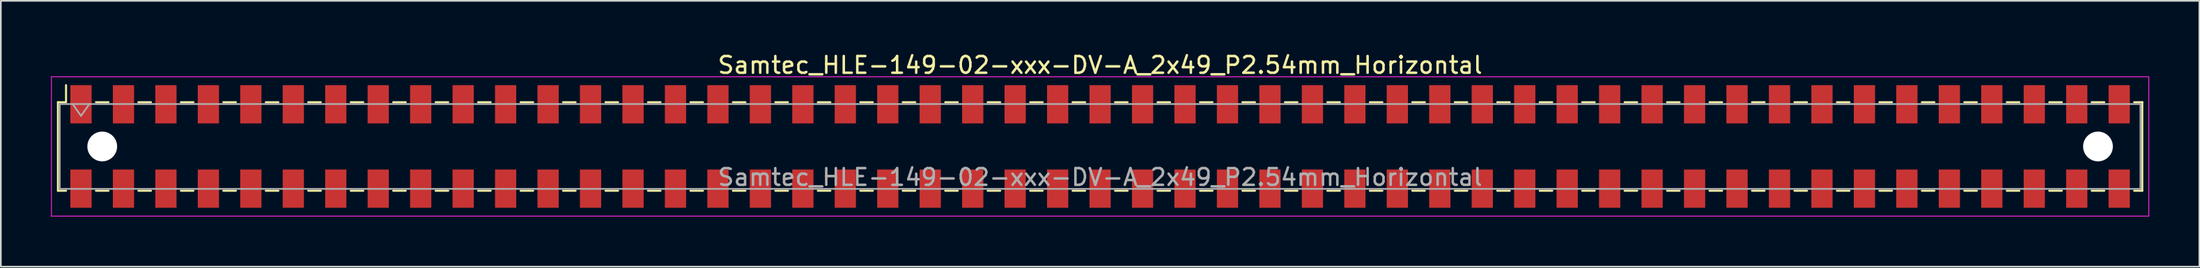
<source format=kicad_pcb>
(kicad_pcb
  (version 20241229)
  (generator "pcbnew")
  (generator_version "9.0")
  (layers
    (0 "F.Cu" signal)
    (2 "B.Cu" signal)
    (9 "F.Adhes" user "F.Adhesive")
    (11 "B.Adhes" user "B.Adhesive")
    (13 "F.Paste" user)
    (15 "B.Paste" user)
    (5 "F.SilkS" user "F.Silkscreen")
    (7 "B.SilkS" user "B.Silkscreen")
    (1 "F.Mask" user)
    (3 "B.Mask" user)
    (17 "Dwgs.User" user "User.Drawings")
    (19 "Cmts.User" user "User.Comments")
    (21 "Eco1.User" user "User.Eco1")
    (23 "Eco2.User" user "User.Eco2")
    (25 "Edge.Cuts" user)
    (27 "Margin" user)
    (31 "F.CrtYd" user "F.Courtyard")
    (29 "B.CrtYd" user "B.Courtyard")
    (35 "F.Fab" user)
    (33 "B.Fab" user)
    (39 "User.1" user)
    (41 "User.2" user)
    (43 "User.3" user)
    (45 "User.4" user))
  (footprint "Samtec_HLE-149-02-xxx-DV-A_2x49_P2.54mm_Horizontal"
    (layer "F.Cu")
    (at 62.755 5.718)
    (property "Reference" "Samtec_HLE-149-02-xxx-DV-A_2x49_P2.54mm_Horizontal" (at 0 -4.87 0) (layer "F.SilkS") (effects (font (size 1 1) (thickness 0.15))))
    (attr smd)
    (fp_line (start -62.34 -2.65) (end -62.34 2.65) (stroke (width 0.12) (type solid)) (layer "F.SilkS"))
    (fp_line (start -62.34 2.65) (end -61.855 2.65) (stroke (width 0.12) (type solid)) (layer "F.SilkS"))
    (fp_line (start -61.855 -3.67) (end -61.855 -2.65) (stroke (width 0.12) (type solid)) (layer "F.SilkS"))
    (fp_line (start -61.855 -2.65) (end -62.34 -2.65) (stroke (width 0.12) (type solid)) (layer "F.SilkS"))
    (fp_line (start -60.065 -2.65) (end -59.315 -2.65) (stroke (width 0.12) (type solid)) (layer "F.SilkS"))
    (fp_line (start -60.065 2.65) (end -59.315 2.65) (stroke (width 0.12) (type solid)) (layer "F.SilkS"))
    (fp_line (start -57.525 -2.65) (end -56.775 -2.65) (stroke (width 0.12) (type solid)) (layer "F.SilkS"))
    (fp_line (start -57.525 2.65) (end -56.775 2.65) (stroke (width 0.12) (type solid)) (layer "F.SilkS"))
    (fp_line (start -54.985 -2.65) (end -54.235 -2.65) (stroke (width 0.12) (type solid)) (layer "F.SilkS"))
    (fp_line (start -54.985 2.65) (end -54.235 2.65) (stroke (width 0.12) (type solid)) (layer "F.SilkS"))
    (fp_line (start -52.445 -2.65) (end -51.695 -2.65) (stroke (width 0.12) (type solid)) (layer "F.SilkS"))
    (fp_line (start -52.445 2.65) (end -51.695 2.65) (stroke (width 0.12) (type solid)) (layer "F.SilkS"))
    (fp_line (start -49.905 -2.65) (end -49.155 -2.65) (stroke (width 0.12) (type solid)) (layer "F.SilkS"))
    (fp_line (start -49.905 2.65) (end -49.155 2.65) (stroke (width 0.12) (type solid)) (layer "F.SilkS"))
    (fp_line (start -47.365 -2.65) (end -46.615 -2.65) (stroke (width 0.12) (type solid)) (layer "F.SilkS"))
    (fp_line (start -47.365 2.65) (end -46.615 2.65) (stroke (width 0.12) (type solid)) (layer "F.SilkS"))
    (fp_line (start -44.825 -2.65) (end -44.075 -2.65) (stroke (width 0.12) (type solid)) (layer "F.SilkS"))
    (fp_line (start -44.825 2.65) (end -44.075 2.65) (stroke (width 0.12) (type solid)) (layer "F.SilkS"))
    (fp_line (start -42.285 -2.65) (end -41.535 -2.65) (stroke (width 0.12) (type solid)) (layer "F.SilkS"))
    (fp_line (start -42.285 2.65) (end -41.535 2.65) (stroke (width 0.12) (type solid)) (layer "F.SilkS"))
    (fp_line (start -39.745 -2.65) (end -38.995 -2.65) (stroke (width 0.12) (type solid)) (layer "F.SilkS"))
    (fp_line (start -39.745 2.65) (end -38.995 2.65) (stroke (width 0.12) (type solid)) (layer "F.SilkS"))
    (fp_line (start -37.205 -2.65) (end -36.455 -2.65) (stroke (width 0.12) (type solid)) (layer "F.SilkS"))
    (fp_line (start -37.205 2.65) (end -36.455 2.65) (stroke (width 0.12) (type solid)) (layer "F.SilkS"))
    (fp_line (start -34.665 -2.65) (end -33.915 -2.65) (stroke (width 0.12) (type solid)) (layer "F.SilkS"))
    (fp_line (start -34.665 2.65) (end -33.915 2.65) (stroke (width 0.12) (type solid)) (layer "F.SilkS"))
    (fp_line (start -32.125 -2.65) (end -31.375 -2.65) (stroke (width 0.12) (type solid)) (layer "F.SilkS"))
    (fp_line (start -32.125 2.65) (end -31.375 2.65) (stroke (width 0.12) (type solid)) (layer "F.SilkS"))
    (fp_line (start -29.585 -2.65) (end -28.835 -2.65) (stroke (width 0.12) (type solid)) (layer "F.SilkS"))
    (fp_line (start -29.585 2.65) (end -28.835 2.65) (stroke (width 0.12) (type solid)) (layer "F.SilkS"))
    (fp_line (start -27.045 -2.65) (end -26.295 -2.65) (stroke (width 0.12) (type solid)) (layer "F.SilkS"))
    (fp_line (start -27.045 2.65) (end -26.295 2.65) (stroke (width 0.12) (type solid)) (layer "F.SilkS"))
    (fp_line (start -24.505 -2.65) (end -23.755 -2.65) (stroke (width 0.12) (type solid)) (layer "F.SilkS"))
    (fp_line (start -24.505 2.65) (end -23.755 2.65) (stroke (width 0.12) (type solid)) (layer "F.SilkS"))
    (fp_line (start -21.965 -2.65) (end -21.215 -2.65) (stroke (width 0.12) (type solid)) (layer "F.SilkS"))
    (fp_line (start -21.965 2.65) (end -21.215 2.65) (stroke (width 0.12) (type solid)) (layer "F.SilkS"))
    (fp_line (start -19.425 -2.65) (end -18.675 -2.65) (stroke (width 0.12) (type solid)) (layer "F.SilkS"))
    (fp_line (start -19.425 2.65) (end -18.675 2.65) (stroke (width 0.12) (type solid)) (layer "F.SilkS"))
    (fp_line (start -16.885 -2.65) (end -16.135 -2.65) (stroke (width 0.12) (type solid)) (layer "F.SilkS"))
    (fp_line (start -16.885 2.65) (end -16.135 2.65) (stroke (width 0.12) (type solid)) (layer "F.SilkS"))
    (fp_line (start -14.345 -2.65) (end -13.595 -2.65) (stroke (width 0.12) (type solid)) (layer "F.SilkS"))
    (fp_line (start -14.345 2.65) (end -13.595 2.65) (stroke (width 0.12) (type solid)) (layer "F.SilkS"))
    (fp_line (start -11.805 -2.65) (end -11.055 -2.65) (stroke (width 0.12) (type solid)) (layer "F.SilkS"))
    (fp_line (start -11.805 2.65) (end -11.055 2.65) (stroke (width 0.12) (type solid)) (layer "F.SilkS"))
    (fp_line (start -9.265 -2.65) (end -8.515 -2.65) (stroke (width 0.12) (type solid)) (layer "F.SilkS"))
    (fp_line (start -9.265 2.65) (end -8.515 2.65) (stroke (width 0.12) (type solid)) (layer "F.SilkS"))
    (fp_line (start -6.725 -2.65) (end -5.975 -2.65) (stroke (width 0.12) (type solid)) (layer "F.SilkS"))
    (fp_line (start -6.725 2.65) (end -5.975 2.65) (stroke (width 0.12) (type solid)) (layer "F.SilkS"))
    (fp_line (start -4.185 -2.65) (end -3.435 -2.65) (stroke (width 0.12) (type solid)) (layer "F.SilkS"))
    (fp_line (start -4.185 2.65) (end -3.435 2.65) (stroke (width 0.12) (type solid)) (layer "F.SilkS"))
    (fp_line (start -1.645 -2.65) (end -0.895 -2.65) (stroke (width 0.12) (type solid)) (layer "F.SilkS"))
    (fp_line (start -1.645 2.65) (end -0.895 2.65) (stroke (width 0.12) (type solid)) (layer "F.SilkS"))
    (fp_line (start 0.895 -2.65) (end 1.645 -2.65) (stroke (width 0.12) (type solid)) (layer "F.SilkS"))
    (fp_line (start 0.895 2.65) (end 1.645 2.65) (stroke (width 0.12) (type solid)) (layer "F.SilkS"))
    (fp_line (start 3.435 -2.65) (end 4.185 -2.65) (stroke (width 0.12) (type solid)) (layer "F.SilkS"))
    (fp_line (start 3.435 2.65) (end 4.185 2.65) (stroke (width 0.12) (type solid)) (layer "F.SilkS"))
    (fp_line (start 5.975 -2.65) (end 6.725 -2.65) (stroke (width 0.12) (type solid)) (layer "F.SilkS"))
    (fp_line (start 5.975 2.65) (end 6.725 2.65) (stroke (width 0.12) (type solid)) (layer "F.SilkS"))
    (fp_line (start 8.515 -2.65) (end 9.265 -2.65) (stroke (width 0.12) (type solid)) (layer "F.SilkS"))
    (fp_line (start 8.515 2.65) (end 9.265 2.65) (stroke (width 0.12) (type solid)) (layer "F.SilkS"))
    (fp_line (start 11.055 -2.65) (end 11.805 -2.65) (stroke (width 0.12) (type solid)) (layer "F.SilkS"))
    (fp_line (start 11.055 2.65) (end 11.805 2.65) (stroke (width 0.12) (type solid)) (layer "F.SilkS"))
    (fp_line (start 13.595 -2.65) (end 14.345 -2.65) (stroke (width 0.12) (type solid)) (layer "F.SilkS"))
    (fp_line (start 13.595 2.65) (end 14.345 2.65) (stroke (width 0.12) (type solid)) (layer "F.SilkS"))
    (fp_line (start 16.135 -2.65) (end 16.885 -2.65) (stroke (width 0.12) (type solid)) (layer "F.SilkS"))
    (fp_line (start 16.135 2.65) (end 16.885 2.65) (stroke (width 0.12) (type solid)) (layer "F.SilkS"))
    (fp_line (start 18.675 -2.65) (end 19.425 -2.65) (stroke (width 0.12) (type solid)) (layer "F.SilkS"))
    (fp_line (start 18.675 2.65) (end 19.425 2.65) (stroke (width 0.12) (type solid)) (layer "F.SilkS"))
    (fp_line (start 21.215 -2.65) (end 21.965 -2.65) (stroke (width 0.12) (type solid)) (layer "F.SilkS"))
    (fp_line (start 21.215 2.65) (end 21.965 2.65) (stroke (width 0.12) (type solid)) (layer "F.SilkS"))
    (fp_line (start 23.755 -2.65) (end 24.505 -2.65) (stroke (width 0.12) (type solid)) (layer "F.SilkS"))
    (fp_line (start 23.755 2.65) (end 24.505 2.65) (stroke (width 0.12) (type solid)) (layer "F.SilkS"))
    (fp_line (start 26.295 -2.65) (end 27.045 -2.65) (stroke (width 0.12) (type solid)) (layer "F.SilkS"))
    (fp_line (start 26.295 2.65) (end 27.045 2.65) (stroke (width 0.12) (type solid)) (layer "F.SilkS"))
    (fp_line (start 28.835 -2.65) (end 29.585 -2.65) (stroke (width 0.12) (type solid)) (layer "F.SilkS"))
    (fp_line (start 28.835 2.65) (end 29.585 2.65) (stroke (width 0.12) (type solid)) (layer "F.SilkS"))
    (fp_line (start 31.375 -2.65) (end 32.125 -2.65) (stroke (width 0.12) (type solid)) (layer "F.SilkS"))
    (fp_line (start 31.375 2.65) (end 32.125 2.65) (stroke (width 0.12) (type solid)) (layer "F.SilkS"))
    (fp_line (start 33.915 -2.65) (end 34.665 -2.65) (stroke (width 0.12) (type solid)) (layer "F.SilkS"))
    (fp_line (start 33.915 2.65) (end 34.665 2.65) (stroke (width 0.12) (type solid)) (layer "F.SilkS"))
    (fp_line (start 36.455 -2.65) (end 37.205 -2.65) (stroke (width 0.12) (type solid)) (layer "F.SilkS"))
    (fp_line (start 36.455 2.65) (end 37.205 2.65) (stroke (width 0.12) (type solid)) (layer "F.SilkS"))
    (fp_line (start 38.995 -2.65) (end 39.745 -2.65) (stroke (width 0.12) (type solid)) (layer "F.SilkS"))
    (fp_line (start 38.995 2.65) (end 39.745 2.65) (stroke (width 0.12) (type solid)) (layer "F.SilkS"))
    (fp_line (start 41.535 -2.65) (end 42.285 -2.65) (stroke (width 0.12) (type solid)) (layer "F.SilkS"))
    (fp_line (start 41.535 2.65) (end 42.285 2.65) (stroke (width 0.12) (type solid)) (layer "F.SilkS"))
    (fp_line (start 44.075 -2.65) (end 44.825 -2.65) (stroke (width 0.12) (type solid)) (layer "F.SilkS"))
    (fp_line (start 44.075 2.65) (end 44.825 2.65) (stroke (width 0.12) (type solid)) (layer "F.SilkS"))
    (fp_line (start 46.615 -2.65) (end 47.365 -2.65) (stroke (width 0.12) (type solid)) (layer "F.SilkS"))
    (fp_line (start 46.615 2.65) (end 47.365 2.65) (stroke (width 0.12) (type solid)) (layer "F.SilkS"))
    (fp_line (start 49.155 -2.65) (end 49.905 -2.65) (stroke (width 0.12) (type solid)) (layer "F.SilkS"))
    (fp_line (start 49.155 2.65) (end 49.905 2.65) (stroke (width 0.12) (type solid)) (layer "F.SilkS"))
    (fp_line (start 51.695 -2.65) (end 52.445 -2.65) (stroke (width 0.12) (type solid)) (layer "F.SilkS"))
    (fp_line (start 51.695 2.65) (end 52.445 2.65) (stroke (width 0.12) (type solid)) (layer "F.SilkS"))
    (fp_line (start 54.235 -2.65) (end 54.985 -2.65) (stroke (width 0.12) (type solid)) (layer "F.SilkS"))
    (fp_line (start 54.235 2.65) (end 54.985 2.65) (stroke (width 0.12) (type solid)) (layer "F.SilkS"))
    (fp_line (start 56.775 -2.65) (end 57.525 -2.65) (stroke (width 0.12) (type solid)) (layer "F.SilkS"))
    (fp_line (start 56.775 2.65) (end 57.525 2.65) (stroke (width 0.12) (type solid)) (layer "F.SilkS"))
    (fp_line (start 59.315 -2.65) (end 60.065 -2.65) (stroke (width 0.12) (type solid)) (layer "F.SilkS"))
    (fp_line (start 59.315 2.65) (end 60.065 2.65) (stroke (width 0.12) (type solid)) (layer "F.SilkS"))
    (fp_line (start 61.855 -2.65) (end 62.34 -2.65) (stroke (width 0.12) (type solid)) (layer "F.SilkS"))
    (fp_line (start 62.34 -2.65) (end 62.34 2.65) (stroke (width 0.12) (type solid)) (layer "F.SilkS"))
    (fp_line (start 62.34 2.65) (end 61.855 2.65) (stroke (width 0.12) (type solid)) (layer "F.SilkS"))
    (fp_line (start -62.73 -4.17) (end 62.73 -4.17) (stroke (width 0.05) (type solid)) (layer "F.CrtYd"))
    (fp_line (start -62.73 4.17) (end -62.73 -4.17) (stroke (width 0.05) (type solid)) (layer "F.CrtYd"))
    (fp_line (start 62.73 -4.17) (end 62.73 4.17) (stroke (width 0.05) (type solid)) (layer "F.CrtYd"))
    (fp_line (start 62.73 4.17) (end -62.73 4.17) (stroke (width 0.05) (type solid)) (layer "F.CrtYd"))
    (fp_line (start -62.23 -2.54) (end 62.23 -2.54) (stroke (width 0.1) (type solid)) (layer "F.Fab"))
    (fp_line (start -62.23 2.54) (end -62.23 -2.54) (stroke (width 0.1) (type solid)) (layer "F.Fab"))
    (fp_line (start -61.46 -2.54) (end -60.96 -1.833) (stroke (width 0.1) (type solid)) (layer "F.Fab"))
    (fp_line (start -60.96 -1.833) (end -60.46 -2.54) (stroke (width 0.1) (type solid)) (layer "F.Fab"))
    (fp_line (start 62.23 -2.54) (end 62.23 2.54) (stroke (width 0.1) (type solid)) (layer "F.Fab"))
    (fp_line (start 62.23 2.54) (end -62.23 2.54) (stroke (width 0.1) (type solid)) (layer "F.Fab"))
    (fp_text user "${REFERENCE}" (at 0 1.84 0) (layer "F.Fab") (effects (font (size 1 1) (thickness 0.15))))
    (pad "" np_thru_hole circle (at -59.69 0) (size 1.78 1.78) (drill 1.78) (layers "*.Cu" "*.Mask"))
    (pad "" np_thru_hole circle (at 59.69 0) (size 1.78 1.78) (drill 1.78) (layers "*.Cu" "*.Mask"))
    (pad "1" smd rect (at -60.96 -2.525) (size 1.27 2.29) (layers "F.Cu" "F.Mask" "F.Paste"))
    (pad "2" smd rect (at -60.96 2.525) (size 1.27 2.29) (layers "F.Cu" "F.Mask" "F.Paste"))
    (pad "3" smd rect (at -58.42 -2.525) (size 1.27 2.29) (layers "F.Cu" "F.Mask" "F.Paste"))
    (pad "4" smd rect (at -58.42 2.525) (size 1.27 2.29) (layers "F.Cu" "F.Mask" "F.Paste"))
    (pad "5" smd rect (at -55.88 -2.525) (size 1.27 2.29) (layers "F.Cu" "F.Mask" "F.Paste"))
    (pad "6" smd rect (at -55.88 2.525) (size 1.27 2.29) (layers "F.Cu" "F.Mask" "F.Paste"))
    (pad "7" smd rect (at -53.34 -2.525) (size 1.27 2.29) (layers "F.Cu" "F.Mask" "F.Paste"))
    (pad "8" smd rect (at -53.34 2.525) (size 1.27 2.29) (layers "F.Cu" "F.Mask" "F.Paste"))
    (pad "9" smd rect (at -50.8 -2.525) (size 1.27 2.29) (layers "F.Cu" "F.Mask" "F.Paste"))
    (pad "10" smd rect (at -50.8 2.525) (size 1.27 2.29) (layers "F.Cu" "F.Mask" "F.Paste"))
    (pad "11" smd rect (at -48.26 -2.525) (size 1.27 2.29) (layers "F.Cu" "F.Mask" "F.Paste"))
    (pad "12" smd rect (at -48.26 2.525) (size 1.27 2.29) (layers "F.Cu" "F.Mask" "F.Paste"))
    (pad "13" smd rect (at -45.72 -2.525) (size 1.27 2.29) (layers "F.Cu" "F.Mask" "F.Paste"))
    (pad "14" smd rect (at -45.72 2.525) (size 1.27 2.29) (layers "F.Cu" "F.Mask" "F.Paste"))
    (pad "15" smd rect (at -43.18 -2.525) (size 1.27 2.29) (layers "F.Cu" "F.Mask" "F.Paste"))
    (pad "16" smd rect (at -43.18 2.525) (size 1.27 2.29) (layers "F.Cu" "F.Mask" "F.Paste"))
    (pad "17" smd rect (at -40.64 -2.525) (size 1.27 2.29) (layers "F.Cu" "F.Mask" "F.Paste"))
    (pad "18" smd rect (at -40.64 2.525) (size 1.27 2.29) (layers "F.Cu" "F.Mask" "F.Paste"))
    (pad "19" smd rect (at -38.1 -2.525) (size 1.27 2.29) (layers "F.Cu" "F.Mask" "F.Paste"))
    (pad "20" smd rect (at -38.1 2.525) (size 1.27 2.29) (layers "F.Cu" "F.Mask" "F.Paste"))
    (pad "21" smd rect (at -35.56 -2.525) (size 1.27 2.29) (layers "F.Cu" "F.Mask" "F.Paste"))
    (pad "22" smd rect (at -35.56 2.525) (size 1.27 2.29) (layers "F.Cu" "F.Mask" "F.Paste"))
    (pad "23" smd rect (at -33.02 -2.525) (size 1.27 2.29) (layers "F.Cu" "F.Mask" "F.Paste"))
    (pad "24" smd rect (at -33.02 2.525) (size 1.27 2.29) (layers "F.Cu" "F.Mask" "F.Paste"))
    (pad "25" smd rect (at -30.48 -2.525) (size 1.27 2.29) (layers "F.Cu" "F.Mask" "F.Paste"))
    (pad "26" smd rect (at -30.48 2.525) (size 1.27 2.29) (layers "F.Cu" "F.Mask" "F.Paste"))
    (pad "27" smd rect (at -27.94 -2.525) (size 1.27 2.29) (layers "F.Cu" "F.Mask" "F.Paste"))
    (pad "28" smd rect (at -27.94 2.525) (size 1.27 2.29) (layers "F.Cu" "F.Mask" "F.Paste"))
    (pad "29" smd rect (at -25.4 -2.525) (size 1.27 2.29) (layers "F.Cu" "F.Mask" "F.Paste"))
    (pad "30" smd rect (at -25.4 2.525) (size 1.27 2.29) (layers "F.Cu" "F.Mask" "F.Paste"))
    (pad "31" smd rect (at -22.86 -2.525) (size 1.27 2.29) (layers "F.Cu" "F.Mask" "F.Paste"))
    (pad "32" smd rect (at -22.86 2.525) (size 1.27 2.29) (layers "F.Cu" "F.Mask" "F.Paste"))
    (pad "33" smd rect (at -20.32 -2.525) (size 1.27 2.29) (layers "F.Cu" "F.Mask" "F.Paste"))
    (pad "34" smd rect (at -20.32 2.525) (size 1.27 2.29) (layers "F.Cu" "F.Mask" "F.Paste"))
    (pad "35" smd rect (at -17.78 -2.525) (size 1.27 2.29) (layers "F.Cu" "F.Mask" "F.Paste"))
    (pad "36" smd rect (at -17.78 2.525) (size 1.27 2.29) (layers "F.Cu" "F.Mask" "F.Paste"))
    (pad "37" smd rect (at -15.24 -2.525) (size 1.27 2.29) (layers "F.Cu" "F.Mask" "F.Paste"))
    (pad "38" smd rect (at -15.24 2.525) (size 1.27 2.29) (layers "F.Cu" "F.Mask" "F.Paste"))
    (pad "39" smd rect (at -12.7 -2.525) (size 1.27 2.29) (layers "F.Cu" "F.Mask" "F.Paste"))
    (pad "40" smd rect (at -12.7 2.525) (size 1.27 2.29) (layers "F.Cu" "F.Mask" "F.Paste"))
    (pad "41" smd rect (at -10.16 -2.525) (size 1.27 2.29) (layers "F.Cu" "F.Mask" "F.Paste"))
    (pad "42" smd rect (at -10.16 2.525) (size 1.27 2.29) (layers "F.Cu" "F.Mask" "F.Paste"))
    (pad "43" smd rect (at -7.62 -2.525) (size 1.27 2.29) (layers "F.Cu" "F.Mask" "F.Paste"))
    (pad "44" smd rect (at -7.62 2.525) (size 1.27 2.29) (layers "F.Cu" "F.Mask" "F.Paste"))
    (pad "45" smd rect (at -5.08 -2.525) (size 1.27 2.29) (layers "F.Cu" "F.Mask" "F.Paste"))
    (pad "46" smd rect (at -5.08 2.525) (size 1.27 2.29) (layers "F.Cu" "F.Mask" "F.Paste"))
    (pad "47" smd rect (at -2.54 -2.525) (size 1.27 2.29) (layers "F.Cu" "F.Mask" "F.Paste"))
    (pad "48" smd rect (at -2.54 2.525) (size 1.27 2.29) (layers "F.Cu" "F.Mask" "F.Paste"))
    (pad "49" smd rect (at 0 -2.525) (size 1.27 2.29) (layers "F.Cu" "F.Mask" "F.Paste"))
    (pad "50" smd rect (at 0 2.525) (size 1.27 2.29) (layers "F.Cu" "F.Mask" "F.Paste"))
    (pad "51" smd rect (at 2.54 -2.525) (size 1.27 2.29) (layers "F.Cu" "F.Mask" "F.Paste"))
    (pad "52" smd rect (at 2.54 2.525) (size 1.27 2.29) (layers "F.Cu" "F.Mask" "F.Paste"))
    (pad "53" smd rect (at 5.08 -2.525) (size 1.27 2.29) (layers "F.Cu" "F.Mask" "F.Paste"))
    (pad "54" smd rect (at 5.08 2.525) (size 1.27 2.29) (layers "F.Cu" "F.Mask" "F.Paste"))
    (pad "55" smd rect (at 7.62 -2.525) (size 1.27 2.29) (layers "F.Cu" "F.Mask" "F.Paste"))
    (pad "56" smd rect (at 7.62 2.525) (size 1.27 2.29) (layers "F.Cu" "F.Mask" "F.Paste"))
    (pad "57" smd rect (at 10.16 -2.525) (size 1.27 2.29) (layers "F.Cu" "F.Mask" "F.Paste"))
    (pad "58" smd rect (at 10.16 2.525) (size 1.27 2.29) (layers "F.Cu" "F.Mask" "F.Paste"))
    (pad "59" smd rect (at 12.7 -2.525) (size 1.27 2.29) (layers "F.Cu" "F.Mask" "F.Paste"))
    (pad "60" smd rect (at 12.7 2.525) (size 1.27 2.29) (layers "F.Cu" "F.Mask" "F.Paste"))
    (pad "61" smd rect (at 15.24 -2.525) (size 1.27 2.29) (layers "F.Cu" "F.Mask" "F.Paste"))
    (pad "62" smd rect (at 15.24 2.525) (size 1.27 2.29) (layers "F.Cu" "F.Mask" "F.Paste"))
    (pad "63" smd rect (at 17.78 -2.525) (size 1.27 2.29) (layers "F.Cu" "F.Mask" "F.Paste"))
    (pad "64" smd rect (at 17.78 2.525) (size 1.27 2.29) (layers "F.Cu" "F.Mask" "F.Paste"))
    (pad "65" smd rect (at 20.32 -2.525) (size 1.27 2.29) (layers "F.Cu" "F.Mask" "F.Paste"))
    (pad "66" smd rect (at 20.32 2.525) (size 1.27 2.29) (layers "F.Cu" "F.Mask" "F.Paste"))
    (pad "67" smd rect (at 22.86 -2.525) (size 1.27 2.29) (layers "F.Cu" "F.Mask" "F.Paste"))
    (pad "68" smd rect (at 22.86 2.525) (size 1.27 2.29) (layers "F.Cu" "F.Mask" "F.Paste"))
    (pad "69" smd rect (at 25.4 -2.525) (size 1.27 2.29) (layers "F.Cu" "F.Mask" "F.Paste"))
    (pad "70" smd rect (at 25.4 2.525) (size 1.27 2.29) (layers "F.Cu" "F.Mask" "F.Paste"))
    (pad "71" smd rect (at 27.94 -2.525) (size 1.27 2.29) (layers "F.Cu" "F.Mask" "F.Paste"))
    (pad "72" smd rect (at 27.94 2.525) (size 1.27 2.29) (layers "F.Cu" "F.Mask" "F.Paste"))
    (pad "73" smd rect (at 30.48 -2.525) (size 1.27 2.29) (layers "F.Cu" "F.Mask" "F.Paste"))
    (pad "74" smd rect (at 30.48 2.525) (size 1.27 2.29) (layers "F.Cu" "F.Mask" "F.Paste"))
    (pad "75" smd rect (at 33.02 -2.525) (size 1.27 2.29) (layers "F.Cu" "F.Mask" "F.Paste"))
    (pad "76" smd rect (at 33.02 2.525) (size 1.27 2.29) (layers "F.Cu" "F.Mask" "F.Paste"))
    (pad "77" smd rect (at 35.56 -2.525) (size 1.27 2.29) (layers "F.Cu" "F.Mask" "F.Paste"))
    (pad "78" smd rect (at 35.56 2.525) (size 1.27 2.29) (layers "F.Cu" "F.Mask" "F.Paste"))
    (pad "79" smd rect (at 38.1 -2.525) (size 1.27 2.29) (layers "F.Cu" "F.Mask" "F.Paste"))
    (pad "80" smd rect (at 38.1 2.525) (size 1.27 2.29) (layers "F.Cu" "F.Mask" "F.Paste"))
    (pad "81" smd rect (at 40.64 -2.525) (size 1.27 2.29) (layers "F.Cu" "F.Mask" "F.Paste"))
    (pad "82" smd rect (at 40.64 2.525) (size 1.27 2.29) (layers "F.Cu" "F.Mask" "F.Paste"))
    (pad "83" smd rect (at 43.18 -2.525) (size 1.27 2.29) (layers "F.Cu" "F.Mask" "F.Paste"))
    (pad "84" smd rect (at 43.18 2.525) (size 1.27 2.29) (layers "F.Cu" "F.Mask" "F.Paste"))
    (pad "85" smd rect (at 45.72 -2.525) (size 1.27 2.29) (layers "F.Cu" "F.Mask" "F.Paste"))
    (pad "86" smd rect (at 45.72 2.525) (size 1.27 2.29) (layers "F.Cu" "F.Mask" "F.Paste"))
    (pad "87" smd rect (at 48.26 -2.525) (size 1.27 2.29) (layers "F.Cu" "F.Mask" "F.Paste"))
    (pad "88" smd rect (at 48.26 2.525) (size 1.27 2.29) (layers "F.Cu" "F.Mask" "F.Paste"))
    (pad "89" smd rect (at 50.8 -2.525) (size 1.27 2.29) (layers "F.Cu" "F.Mask" "F.Paste"))
    (pad "90" smd rect (at 50.8 2.525) (size 1.27 2.29) (layers "F.Cu" "F.Mask" "F.Paste"))
    (pad "91" smd rect (at 53.34 -2.525) (size 1.27 2.29) (layers "F.Cu" "F.Mask" "F.Paste"))
    (pad "92" smd rect (at 53.34 2.525) (size 1.27 2.29) (layers "F.Cu" "F.Mask" "F.Paste"))
    (pad "93" smd rect (at 55.88 -2.525) (size 1.27 2.29) (layers "F.Cu" "F.Mask" "F.Paste"))
    (pad "94" smd rect (at 55.88 2.525) (size 1.27 2.29) (layers "F.Cu" "F.Mask" "F.Paste"))
    (pad "95" smd rect (at 58.42 -2.525) (size 1.27 2.29) (layers "F.Cu" "F.Mask" "F.Paste"))
    (pad "96" smd rect (at 58.42 2.525) (size 1.27 2.29) (layers "F.Cu" "F.Mask" "F.Paste"))
    (pad "97" smd rect (at 60.96 -2.525) (size 1.27 2.29) (layers "F.Cu" "F.Mask" "F.Paste"))
    (pad "98" smd rect (at 60.96 2.525) (size 1.27 2.29) (layers "F.Cu" "F.Mask" "F.Paste")))
  (gr_rect
    (start -3 -3)
    (end 128.51 12.913)
    (stroke (width 0.1) (type default))
    (fill no)
    (layer "Edge.Cuts")))
</source>
